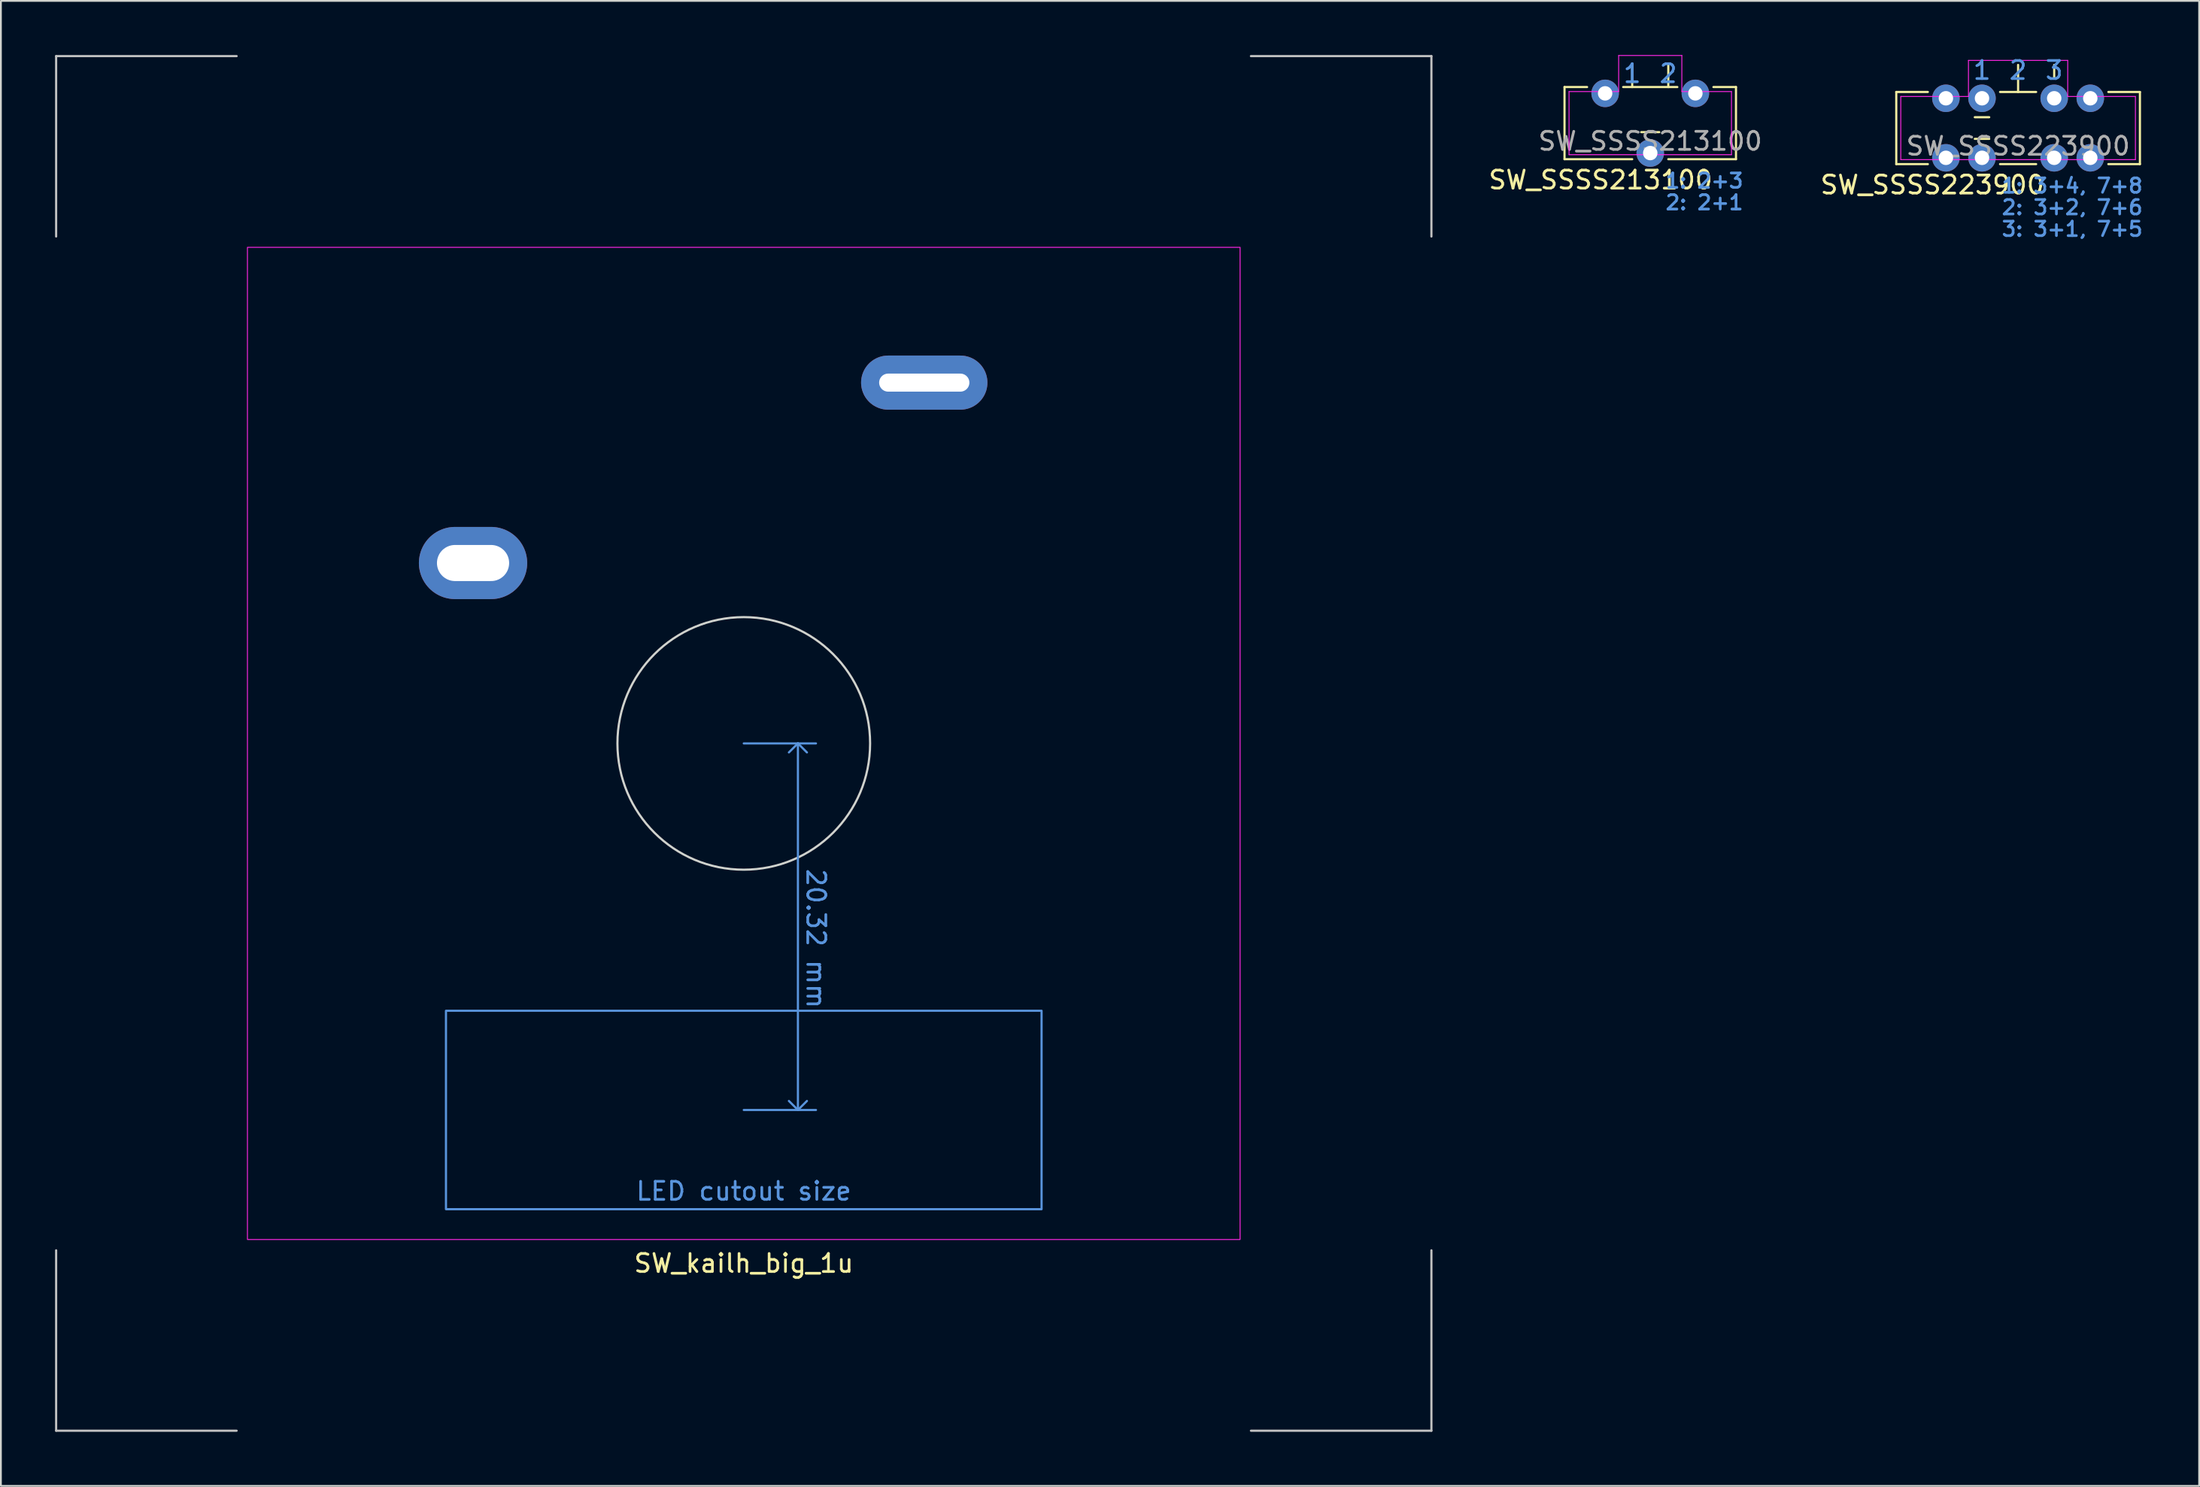
<source format=kicad_pcb>
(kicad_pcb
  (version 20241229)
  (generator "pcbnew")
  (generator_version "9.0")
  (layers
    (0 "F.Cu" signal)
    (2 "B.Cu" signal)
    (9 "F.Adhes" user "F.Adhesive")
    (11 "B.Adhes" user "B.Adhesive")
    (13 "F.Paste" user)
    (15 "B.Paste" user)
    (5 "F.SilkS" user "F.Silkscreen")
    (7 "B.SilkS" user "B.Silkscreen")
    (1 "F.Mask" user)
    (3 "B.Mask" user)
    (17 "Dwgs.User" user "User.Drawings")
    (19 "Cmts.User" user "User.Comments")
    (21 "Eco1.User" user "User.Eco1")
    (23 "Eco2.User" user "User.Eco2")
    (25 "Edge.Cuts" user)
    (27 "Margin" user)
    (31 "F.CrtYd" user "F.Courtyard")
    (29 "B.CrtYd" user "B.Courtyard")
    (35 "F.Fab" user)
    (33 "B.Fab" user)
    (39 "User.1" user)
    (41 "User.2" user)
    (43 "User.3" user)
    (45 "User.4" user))
  (footprint "SW_kailh_big_1u"
    (layer "F.Cu")
    (at 38.16 38.16)
    (property "Reference" "SW_kailh_big_1u" (at 0 28.82 0) (layer "F.SilkS") (effects (font (size 1 1) (thickness 0.15))))
    (fp_line (start -38.1 -38.1) (end -38.1 -28.1) (stroke (width 0.12) (type solid)) (layer "Dwgs.User"))
    (fp_line (start -38.1 -38.1) (end -28.1 -38.1) (stroke (width 0.12) (type solid)) (layer "Dwgs.User"))
    (fp_line (start -38.1 28.1) (end -38.1 38.1) (stroke (width 0.12) (type solid)) (layer "Dwgs.User"))
    (fp_line (start -38.1 38.1) (end -28.1 38.1) (stroke (width 0.12) (type solid)) (layer "Dwgs.User"))
    (fp_line (start 28.1 38.1) (end 38.1 38.1) (stroke (width 0.12) (type solid)) (layer "Dwgs.User"))
    (fp_line (start 38.1 -38.1) (end 28.1 -38.1) (stroke (width 0.12) (type solid)) (layer "Dwgs.User"))
    (fp_line (start 38.1 -38.1) (end 38.1 -28.1) (stroke (width 0.12) (type solid)) (layer "Dwgs.User"))
    (fp_line (start 38.1 38.1) (end 38.1 28.1) (stroke (width 0.12) (type solid)) (layer "Dwgs.User"))
    (fp_line (start 0 0) (end 4 0) (stroke (width 0.12) (type solid)) (layer "Cmts.User"))
    (fp_line (start 0 20.32) (end 4 20.32) (stroke (width 0.12) (type solid)) (layer "Cmts.User"))
    (fp_line (start 3 0) (end 2.5 0.5) (stroke (width 0.12) (type solid)) (layer "Cmts.User"))
    (fp_line (start 3 0) (end 3 20.32) (stroke (width 0.12) (type solid)) (layer "Cmts.User"))
    (fp_line (start 3 0) (end 3.5 0.5) (stroke (width 0.12) (type solid)) (layer "Cmts.User"))
    (fp_line (start 3 20.32) (end 2.5 19.82) (stroke (width 0.12) (type solid)) (layer "Cmts.User"))
    (fp_line (start 3 20.32) (end 3.5 19.82) (stroke (width 0.12) (type solid)) (layer "Cmts.User"))
    (fp_rect (start -16.5 14.82) (end 16.5 25.82) (stroke (width 0.12) (type solid)) (fill no) (layer "Cmts.User"))
    (fp_line (start -28 -25) (end -28 25) (stroke (width 0.12) (type solid)) (layer "Eco2.User"))
    (fp_line (start -25 28) (end 25 28) (stroke (width 0.12) (type solid)) (layer "Eco2.User"))
    (fp_line (start 25 -28) (end -25 -28) (stroke (width 0.12) (type solid)) (layer "Eco2.User"))
    (fp_line (start 28 25) (end 28 -25) (stroke (width 0.12) (type solid)) (layer "Eco2.User"))
    (fp_arc (start -28 -25) (mid -27.12132 -27.12132) (end -25 -28) (stroke (width 0.12) (type solid)) (layer "Eco2.User"))
    (fp_arc (start -25 28) (mid -27.12132 27.12132) (end -28 25) (stroke (width 0.12) (type solid)) (layer "Eco2.User"))
    (fp_arc (start 25 -28) (mid 27.12132 -27.12132) (end 28 -25) (stroke (width 0.12) (type solid)) (layer "Eco2.User"))
    (fp_arc (start 28 25) (mid 27.12132 27.12132) (end 25 28) (stroke (width 0.12) (type solid)) (layer "Eco2.User"))
    (fp_circle (center 0 0) (end 7 0) (stroke (width 0.12) (type solid)) (fill no) (layer "Edge.Cuts"))
    (fp_rect (start -27.5 -27.5) (end 27.5 27.5) (stroke (width 0.05) (type solid)) (fill no) (layer "F.CrtYd"))
    (fp_text user "20.32 mm" (at 4 10.82 270) (unlocked yes) (layer "Cmts.User") (effects (font (size 1 1) (thickness 0.15))))
    (fp_text user "LED cutout size" (at 0 24.82 0) (unlocked yes) (layer "Cmts.User") (effects (font (size 1 1) (thickness 0.15))))
    (pad "1" thru_hole oval (at -15 -10) (size 6 4) (drill oval 4 2) (layers "*.Cu" "*.Mask"))
    (pad "2" thru_hole oval (at 10 -20) (size 7 3) (drill oval 5 1) (layers "*.Cu" "*.Mask")))
  (footprint "SW_SSSS213100"
    (layer "F.Cu")
    (at 88.385 3.775)
    (property "Reference" "SW_SSSS213100" (at -2.75 3.15 0) (unlocked yes) (layer "F.SilkS") (effects (font (size 1 1) (thickness 0.15))))
    (attr through_hole)
    (fp_line (start -4.75 -2) (end -4.75 2) (stroke (width 0.12) (type solid)) (layer "F.SilkS"))
    (fp_line (start -4.75 -2) (end -3.5 -2) (stroke (width 0.12) (type solid)) (layer "F.SilkS"))
    (fp_line (start -4.75 2) (end -1 2) (stroke (width 0.12) (type solid)) (layer "F.SilkS"))
    (fp_line (start -1.5 -2) (end 1.5 -2) (stroke (width 0.12) (type solid)) (layer "F.SilkS"))
    (fp_line (start -1 -2) (end -1 -3.25) (stroke (width 0.12) (type solid)) (layer "F.SilkS"))
    (fp_line (start -0.5 0.5) (end 0.5 0.5) (stroke (width 0.12) (type solid)) (layer "F.SilkS"))
    (fp_line (start 1 -2) (end 1 -3.25) (stroke (width 0.12) (type solid)) (layer "F.SilkS"))
    (fp_line (start 1 2) (end 4.75 2) (stroke (width 0.12) (type solid)) (layer "F.SilkS"))
    (fp_line (start 4.75 -2) (end 3.5 -2) (stroke (width 0.12) (type solid)) (layer "F.SilkS"))
    (fp_line (start 4.75 2) (end 4.75 -2) (stroke (width 0.12) (type solid)) (layer "F.SilkS"))
    (fp_line (start -4.5 -1.75) (end -1.75 -1.75) (stroke (width 0.05) (type solid)) (layer "F.CrtYd"))
    (fp_line (start -4.5 1.75) (end -4.5 -1.75) (stroke (width 0.05) (type solid)) (layer "F.CrtYd"))
    (fp_line (start -1.75 -3.75) (end -1.75 -1.75) (stroke (width 0.05) (type solid)) (layer "F.CrtYd"))
    (fp_line (start -1.75 -3.75) (end 1.75 -3.75) (stroke (width 0.05) (type solid)) (layer "F.CrtYd"))
    (fp_line (start 1.75 -3.75) (end 1.75 -1.75) (stroke (width 0.05) (type solid)) (layer "F.CrtYd"))
    (fp_line (start 1.75 -1.75) (end 4.5 -1.75) (stroke (width 0.05) (type solid)) (layer "F.CrtYd"))
    (fp_line (start 4.5 -1.75) (end 4.5 1.75) (stroke (width 0.05) (type solid)) (layer "F.CrtYd"))
    (fp_line (start 4.5 1.75) (end -4.5 1.75) (stroke (width 0.05) (type solid)) (layer "F.CrtYd"))
    (fp_text user "2" (at 1 -2.75 0) (unlocked yes) (layer "Cmts.User") (effects (font (size 1 1) (thickness 0.15))))
    (fp_text user "1" (at -1 -2.75 0) (unlocked yes) (layer "Cmts.User") (effects (font (size 1 1) (thickness 0.15))))
    (fp_text user "1: 2+3" (at 3 3.2 0) (unlocked yes) (layer "Cmts.User") (effects (font (size 0.8 0.8) (thickness 0.15))))
    (fp_text user "2: 2+1" (at 3 4.4 0) (unlocked yes) (layer "Cmts.User") (effects (font (size 0.8 0.8) (thickness 0.15))))
    (fp_text user "${REFERENCE}" (at 0 1 0) (unlocked yes) (layer "F.Fab") (effects (font (size 1 1) (thickness 0.15))))
    (pad "1" thru_hole circle (at 2.5 -1.65) (size 1.524 1.524) (drill 0.8) (layers "*.Cu" "B.Mask"))
    (pad "2" thru_hole circle (at 0 1.66) (size 1.524 1.524) (drill 0.8) (layers "*.Cu" "B.Mask"))
    (pad "3" thru_hole circle (at -2.5 -1.65) (size 1.524 1.524) (drill 0.8) (layers "*.Cu" "B.Mask")))
  (footprint "SW_SSSS223900"
    (layer "F.Cu")
    (at 108.766 4.048)
    (property "Reference" "SW_SSSS223900" (at -4.75 3.15 0) (unlocked yes) (layer "F.SilkS") (effects (font (size 1 1) (thickness 0.15))))
    (attr through_hole)
    (fp_line (start -6.75 -2) (end -6.75 2) (stroke (width 0.12) (type solid)) (layer "F.SilkS"))
    (fp_line (start -6.75 -2) (end -5 -2) (stroke (width 0.12) (type solid)) (layer "F.SilkS"))
    (fp_line (start -6.75 2) (end -5 2) (stroke (width 0.12) (type solid)) (layer "F.SilkS"))
    (fp_line (start -2 -2.75) (end -2 -3.5) (stroke (width 0.12) (type solid)) (layer "F.SilkS"))
    (fp_line (start -1.6 -0.6) (end -2.4 -0.6) (stroke (width 0.12) (type solid)) (layer "F.SilkS"))
    (fp_line (start -1.6 0.6) (end -2.4 0.6) (stroke (width 0.12) (type solid)) (layer "F.SilkS"))
    (fp_line (start -1 -2) (end 1 -2) (stroke (width 0.12) (type solid)) (layer "F.SilkS"))
    (fp_line (start -1 2) (end 1 2) (stroke (width 0.12) (type solid)) (layer "F.SilkS"))
    (fp_line (start 0 -2) (end 0 -3.5) (stroke (width 0.12) (type solid)) (layer "F.SilkS"))
    (fp_line (start 2 -2.75) (end 2 -3.5) (stroke (width 0.12) (type solid)) (layer "F.SilkS"))
    (fp_line (start 5 2) (end 6.75 2) (stroke (width 0.12) (type solid)) (layer "F.SilkS"))
    (fp_line (start 6.75 -2) (end 5 -2) (stroke (width 0.12) (type solid)) (layer "F.SilkS"))
    (fp_line (start 6.75 2) (end 6.75 -2) (stroke (width 0.12) (type solid)) (layer "F.SilkS"))
    (fp_line (start -6.5 -1.75) (end -2.75 -1.75) (stroke (width 0.05) (type solid)) (layer "F.CrtYd"))
    (fp_line (start -6.5 1.75) (end -6.5 -1.75) (stroke (width 0.05) (type solid)) (layer "F.CrtYd"))
    (fp_line (start -2.75 -3.75) (end -2.75 -1.75) (stroke (width 0.05) (type solid)) (layer "F.CrtYd"))
    (fp_line (start -2.75 -3.75) (end 2.75 -3.75) (stroke (width 0.05) (type solid)) (layer "F.CrtYd"))
    (fp_line (start 2.75 -3.75) (end 2.75 -1.75) (stroke (width 0.05) (type solid)) (layer "F.CrtYd"))
    (fp_line (start 2.75 -1.75) (end 6.5 -1.75) (stroke (width 0.05) (type solid)) (layer "F.CrtYd"))
    (fp_line (start 6.5 -1.75) (end 6.5 1.75) (stroke (width 0.05) (type solid)) (layer "F.CrtYd"))
    (fp_line (start 6.5 1.75) (end -6.5 1.75) (stroke (width 0.05) (type solid)) (layer "F.CrtYd"))
    (fp_text user "1" (at -2 -3.2 0) (unlocked yes) (layer "Cmts.User") (effects (font (size 1 1) (thickness 0.15))))
    (fp_text user "3" (at 2 -3.2 0) (unlocked yes) (layer "Cmts.User") (effects (font (size 1 1) (thickness 0.15))))
    (fp_text user "2" (at 0 -3.2 0) (unlocked yes) (layer "Cmts.User") (effects (font (size 1 1) (thickness 0.15))))
    (fp_text user "2: 3+2, 7+6" (at 3 4.4 0) (unlocked yes) (layer "Cmts.User") (effects (font (size 0.8 0.8) (thickness 0.15))))
    (fp_text user "1: 3+4, 7+8" (at 3 3.2 0) (unlocked yes) (layer "Cmts.User") (effects (font (size 0.8 0.8) (thickness 0.15))))
    (fp_text user "3: 3+1, 7+5" (at 3 5.6 0) (unlocked yes) (layer "Cmts.User") (effects (font (size 0.8 0.8) (thickness 0.15))))
    (fp_text user "${REFERENCE}" (at 0 1 0) (unlocked yes) (layer "F.Fab") (effects (font (size 1 1) (thickness 0.15))))
    (pad "1" thru_hole circle (at 4 -1.65) (size 1.524 1.524) (drill 0.8) (layers "*.Cu" "B.Mask"))
    (pad "2" thru_hole circle (at 2 -1.65) (size 1.524 1.524) (drill 0.8) (layers "*.Cu" "B.Mask"))
    (pad "3" thru_hole circle (at -2 -1.65) (size 1.524 1.524) (drill 0.8) (layers "*.Cu" "B.Mask"))
    (pad "4" thru_hole circle (at -4 -1.65) (size 1.524 1.524) (drill 0.8) (layers "*.Cu" "B.Mask"))
    (pad "5" thru_hole circle (at 4 1.65) (size 1.524 1.524) (drill 0.8) (layers "*.Cu" "B.Mask"))
    (pad "6" thru_hole circle (at 2 1.65) (size 1.524 1.524) (drill 0.8) (layers "*.Cu" "B.Mask"))
    (pad "7" thru_hole circle (at -2 1.65) (size 1.524 1.524) (drill 0.8) (layers "*.Cu" "B.Mask"))
    (pad "8" thru_hole circle (at -4 1.65) (size 1.524 1.524) (drill 0.8) (layers "*.Cu" "B.Mask")))
  (gr_rect
    (start -3 -3)
    (end 118.797 79.32)
    (stroke (width 0.1) (type default))
    (fill no)
    (layer "Edge.Cuts")))
</source>
